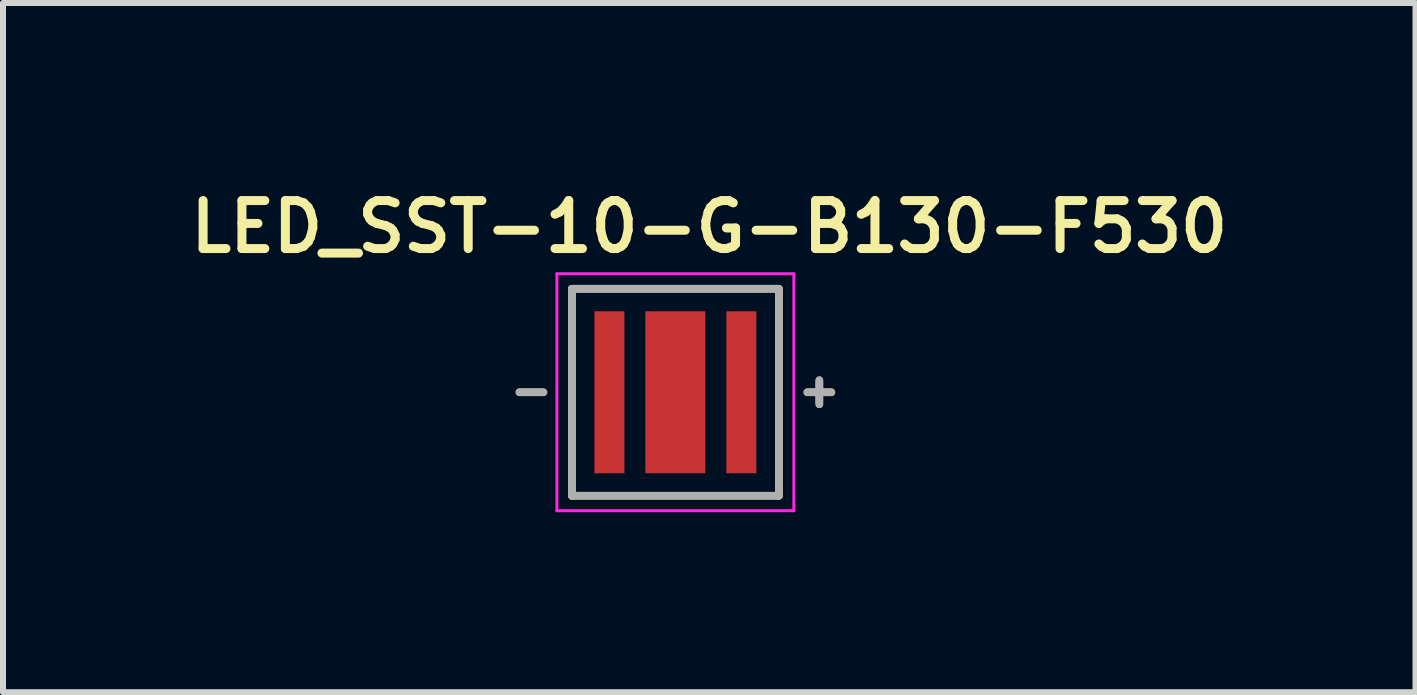
<source format=kicad_pcb>
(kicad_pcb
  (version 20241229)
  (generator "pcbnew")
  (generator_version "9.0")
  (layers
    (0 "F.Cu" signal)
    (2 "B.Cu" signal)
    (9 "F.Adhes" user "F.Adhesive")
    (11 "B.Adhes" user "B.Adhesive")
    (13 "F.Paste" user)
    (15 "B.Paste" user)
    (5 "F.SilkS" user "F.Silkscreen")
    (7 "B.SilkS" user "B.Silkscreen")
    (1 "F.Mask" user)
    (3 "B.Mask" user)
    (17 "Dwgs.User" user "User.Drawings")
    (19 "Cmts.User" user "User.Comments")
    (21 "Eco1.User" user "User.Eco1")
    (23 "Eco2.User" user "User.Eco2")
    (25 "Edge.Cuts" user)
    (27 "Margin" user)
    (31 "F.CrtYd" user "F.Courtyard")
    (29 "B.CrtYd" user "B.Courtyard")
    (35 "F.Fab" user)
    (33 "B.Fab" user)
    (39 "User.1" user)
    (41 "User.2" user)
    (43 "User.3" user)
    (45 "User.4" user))
  (footprint "LED_SST-10-G-B130-F530"
    (layer "F.Cu")
    (at 8.209 3.489)
    (property "Reference" "LED_SST-10-G-B130-F530" (at 0.565 -2.758 0) (layer "F.SilkS") (effects (font (size 0.8 0.8) (thickness 0.15))))
    (attr smd)
    (fp_line (start -2.6 0) (end -2.2 0) (stroke (width 0.127) (type solid)) (layer "F.SilkS"))
    (fp_line (start -1.725 -1.725) (end 1.725 -1.725) (stroke (width 0.127) (type solid)) (layer "F.SilkS"))
    (fp_line (start -1.725 1.725) (end -1.725 -1.725) (stroke (width 0.127) (type solid)) (layer "F.SilkS"))
    (fp_line (start 1.725 -1.725) (end 1.725 1.725) (stroke (width 0.127) (type solid)) (layer "F.SilkS"))
    (fp_line (start 1.725 1.725) (end -1.725 1.725) (stroke (width 0.127) (type solid)) (layer "F.SilkS"))
    (fp_line (start 2.2 0) (end 2.6 0) (stroke (width 0.127) (type solid)) (layer "F.SilkS"))
    (fp_line (start 2.4 -0.2) (end 2.4 0.2) (stroke (width 0.127) (type solid)) (layer "F.SilkS"))
    (fp_poly (pts (xy -0.45 -1.075) (xy 0.45 -1.075) (xy 0.45 -0.525) (xy -0.45 -0.525)) (stroke (width 0.01) (type solid)) (fill yes) (layer "F.Paste"))
    (fp_poly (pts (xy -0.45 -0.275) (xy 0.45 -0.275) (xy 0.45 0.275) (xy -0.45 0.275)) (stroke (width 0.01) (type solid)) (fill yes) (layer "F.Paste"))
    (fp_poly (pts (xy -0.45 0.525) (xy 0.45 0.525) (xy 0.45 1.075) (xy -0.45 1.075)) (stroke (width 0.01) (type solid)) (fill yes) (layer "F.Paste"))
    (fp_line (start -1.975 -1.975) (end -1.975 1.975) (stroke (width 0.05) (type solid)) (layer "F.CrtYd"))
    (fp_line (start -1.975 1.975) (end 1.975 1.975) (stroke (width 0.05) (type solid)) (layer "F.CrtYd"))
    (fp_line (start 1.975 -1.975) (end -1.975 -1.975) (stroke (width 0.05) (type solid)) (layer "F.CrtYd"))
    (fp_line (start 1.975 1.975) (end 1.975 -1.975) (stroke (width 0.05) (type solid)) (layer "F.CrtYd"))
    (fp_line (start -2.6 0) (end -2.2 0) (stroke (width 0.127) (type solid)) (layer "F.Fab"))
    (fp_line (start -1.725 -1.725) (end 1.725 -1.725) (stroke (width 0.127) (type solid)) (layer "F.Fab"))
    (fp_line (start -1.725 1.725) (end -1.725 -1.725) (stroke (width 0.127) (type solid)) (layer "F.Fab"))
    (fp_line (start 1.725 -1.725) (end 1.725 1.725) (stroke (width 0.127) (type solid)) (layer "F.Fab"))
    (fp_line (start 1.725 1.725) (end -1.725 1.725) (stroke (width 0.127) (type solid)) (layer "F.Fab"))
    (fp_line (start 2.2 0) (end 2.6 0) (stroke (width 0.127) (type solid)) (layer "F.Fab"))
    (fp_line (start 2.4 -0.2) (end 2.4 0.2) (stroke (width 0.127) (type solid)) (layer "F.Fab"))
    (pad "A" smd rect (at 1.1 0) (size 0.5 2.7) (layers "F.Cu" "F.Mask" "F.Paste"))
    (pad "C" smd rect (at -1.1 0) (size 0.5 2.7) (layers "F.Cu" "F.Mask" "F.Paste"))
    (pad "S" smd rect (at 0 0) (size 1 2.7) (layers "F.Cu" "F.Mask")))
  (gr_rect
    (start -3 -3)
    (end 20.547 8.489)
    (stroke (width 0.1) (type default))
    (fill no)
    (layer "Edge.Cuts")))
</source>
